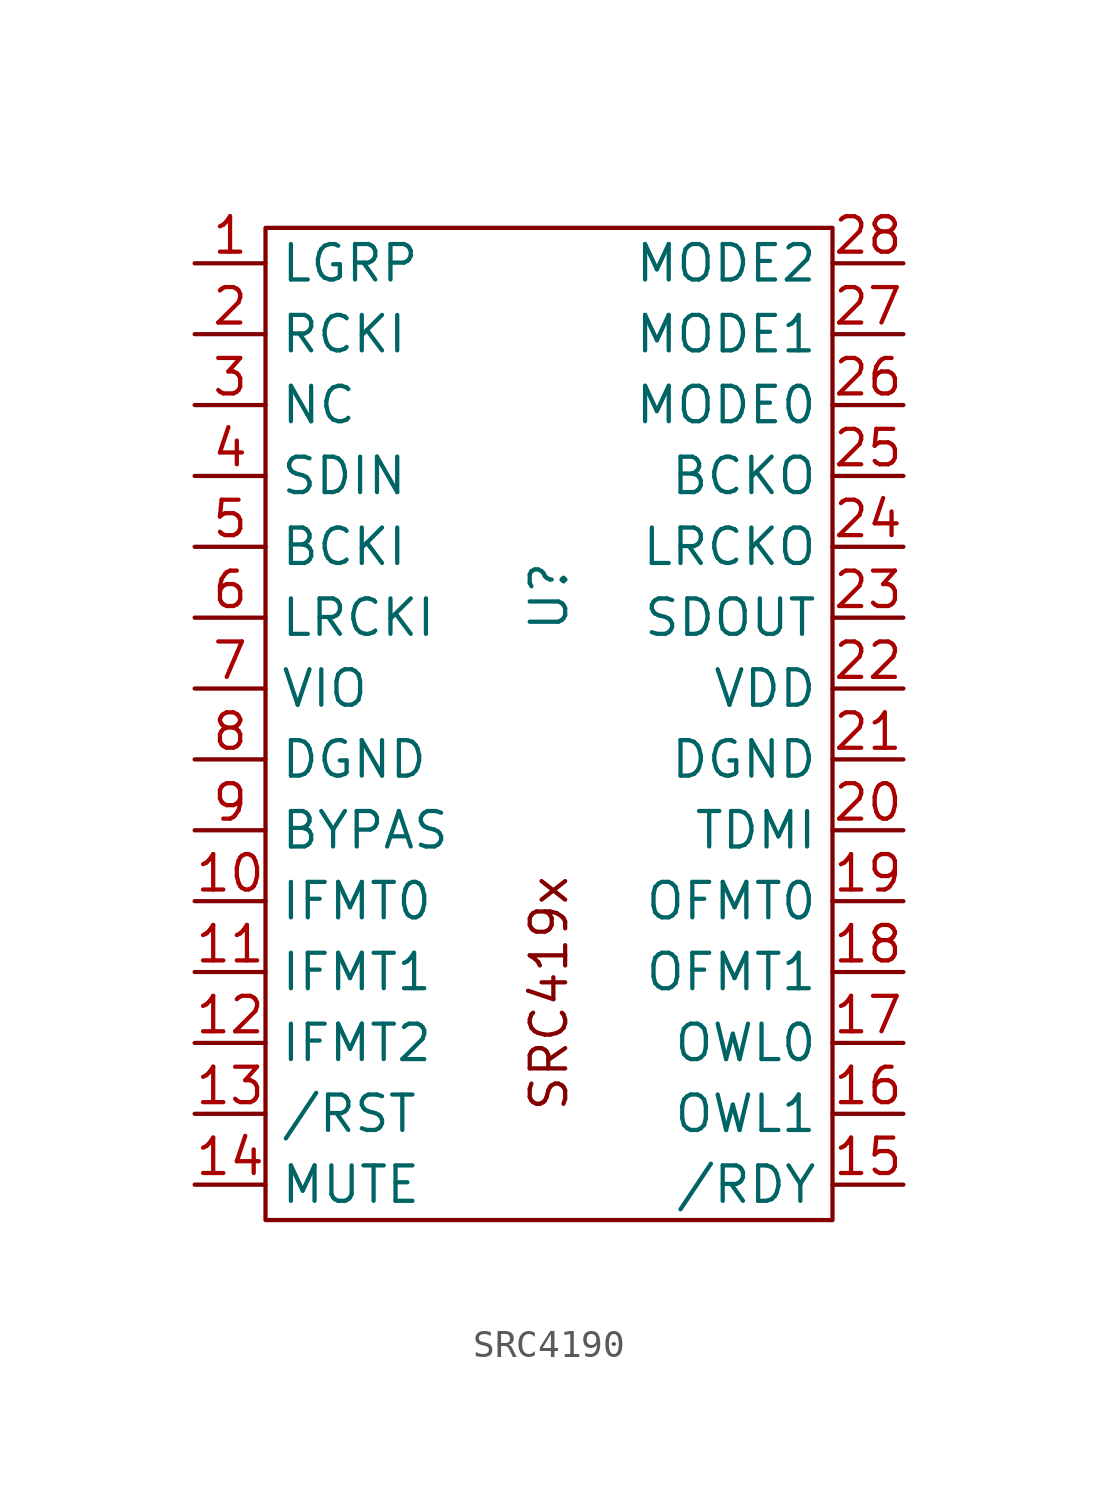
<source format=kicad_sym>
(kicad_symbol_lib
  (version 20231120)
  (generator "kicad_symbol_editor")
  (generator_version "8.0")
  (symbol "SRC4190"
    (property "Reference" "U"
      (at 0 4.572 90)
      (effects (font (size 1.27 1.27))))
    (property "Value" ""
      (at -10.16 16.51 0)
      (effects (font (size 1.27 1.27))))
    (symbol "SRC4190_0_1"
      (polyline (pts (xy -10.16 17.78) (xy -10.16 -17.78) (xy 10.16 -17.78) (xy 10.16 17.78) (xy -10.16 17.78)) (stroke (width 0) (type default)) (fill (type none))))
    (symbol "SRC4190_1_0"
      (pin input line (at -12.7 -6.35 0) (length 2.54) (name "IFMT0" (effects (font (size 1.27 1.27)))) (number "10" (effects (font (size 1.27 1.27)))))
      (pin input line (at -12.7 -8.89 0) (length 2.54) (name "IFMT1" (effects (font (size 1.27 1.27)))) (number "11" (effects (font (size 1.27 1.27)))))
      (pin input line (at -12.7 -11.43 0) (length 2.54) (name "IFMT2" (effects (font (size 1.27 1.27)))) (number "12" (effects (font (size 1.27 1.27)))))
      (pin input line (at -12.7 -13.97 0) (length 2.54) (name "/RST" (effects (font (size 1.27 1.27)))) (number "13" (effects (font (size 1.27 1.27)))))
      (pin input line (at -12.7 -16.51 0) (length 2.54) (name "MUTE" (effects (font (size 1.27 1.27)))) (number "14" (effects (font (size 1.27 1.27)))))
      (pin input line (at 12.7 -16.51 180) (length 2.54) (name "/RDY" (effects (font (size 1.27 1.27)))) (number "15" (effects (font (size 1.27 1.27)))))
      (pin input line (at 12.7 -13.97 180) (length 2.54) (name "OWL1" (effects (font (size 1.27 1.27)))) (number "16" (effects (font (size 1.27 1.27)))))
      (pin input line (at 12.7 -11.43 180) (length 2.54) (name "OWL0" (effects (font (size 1.27 1.27)))) (number "17" (effects (font (size 1.27 1.27)))))
      (pin input line (at 12.7 -8.89 180) (length 2.54) (name "OFMT1" (effects (font (size 1.27 1.27)))) (number "18" (effects (font (size 1.27 1.27)))))
      (pin input line (at 12.7 -6.35 180) (length 2.54) (name "OFMT0" (effects (font (size 1.27 1.27)))) (number "19" (effects (font (size 1.27 1.27)))))
      (pin input line (at -12.7 13.97 0) (length 2.54) (name "RCKI" (effects (font (size 1.27 1.27)))) (number "2" (effects (font (size 1.27 1.27)))))
      (pin input line (at 12.7 -3.81 180) (length 2.54) (name "TDMI" (effects (font (size 1.27 1.27)))) (number "20" (effects (font (size 1.27 1.27)))))
      (pin input line (at 12.7 -1.27 180) (length 2.54) (name "DGND" (effects (font (size 1.27 1.27)))) (number "21" (effects (font (size 1.27 1.27)))))
      (pin input line (at 12.7 1.27 180) (length 2.54) (name "VDD" (effects (font (size 1.27 1.27)))) (number "22" (effects (font (size 1.27 1.27)))))
      (pin input line (at 12.7 3.81 180) (length 2.54) (name "SDOUT" (effects (font (size 1.27 1.27)))) (number "23" (effects (font (size 1.27 1.27)))))
      (pin input line (at 12.7 6.35 180) (length 2.54) (name "LRCKO" (effects (font (size 1.27 1.27)))) (number "24" (effects (font (size 1.27 1.27)))))
      (pin input line (at 12.7 8.89 180) (length 2.54) (name "BCKO" (effects (font (size 1.27 1.27)))) (number "25" (effects (font (size 1.27 1.27)))))
      (pin input line (at 12.7 11.43 180) (length 2.54) (name "MODE0" (effects (font (size 1.27 1.27)))) (number "26" (effects (font (size 1.27 1.27)))))
      (pin input line (at 12.7 13.97 180) (length 2.54) (name "MODE1" (effects (font (size 1.27 1.27)))) (number "27" (effects (font (size 1.27 1.27)))))
      (pin input line (at 12.7 16.51 180) (length 2.54) (name "MODE2" (effects (font (size 1.27 1.27)))) (number "28" (effects (font (size 1.27 1.27)))))
      (pin input line (at -12.7 11.43 0) (length 2.54) (name "NC" (effects (font (size 1.27 1.27)))) (number "3" (effects (font (size 1.27 1.27)))))
      (pin input line (at -12.7 8.89 0) (length 2.54) (name "SDIN" (effects (font (size 1.27 1.27)))) (number "4" (effects (font (size 1.27 1.27)))))
      (pin input line (at -12.7 6.35 0) (length 2.54) (name "BCKI" (effects (font (size 1.27 1.27)))) (number "5" (effects (font (size 1.27 1.27)))))
      (pin input line (at -12.7 3.81 0) (length 2.54) (name "LRCKI" (effects (font (size 1.27 1.27)))) (number "6" (effects (font (size 1.27 1.27)))))
      (pin input line (at -12.7 1.27 0) (length 2.54) (name "VIO" (effects (font (size 1.27 1.27)))) (number "7" (effects (font (size 1.27 1.27)))))
      (pin input line (at -12.7 -1.27 0) (length 2.54) (name "DGND" (effects (font (size 1.27 1.27)))) (number "8" (effects (font (size 1.27 1.27)))))
      (pin input line (at -12.7 -3.81 0) (length 2.54) (name "BYPAS" (effects (font (size 1.27 1.27)))) (number "9" (effects (font (size 1.27 1.27))))))
    (symbol "SRC4190_1_1"
      (text "SRC419x" (at 0 -9.652 900) (effects (font (size 1.27 1.27))))
      (pin input line (at -12.7 16.51 0) (length 2.54) (name "LGRP" (effects (font (size 1.27 1.27)))) (number "1" (effects (font (size 1.27 1.27))))))))
</source>
